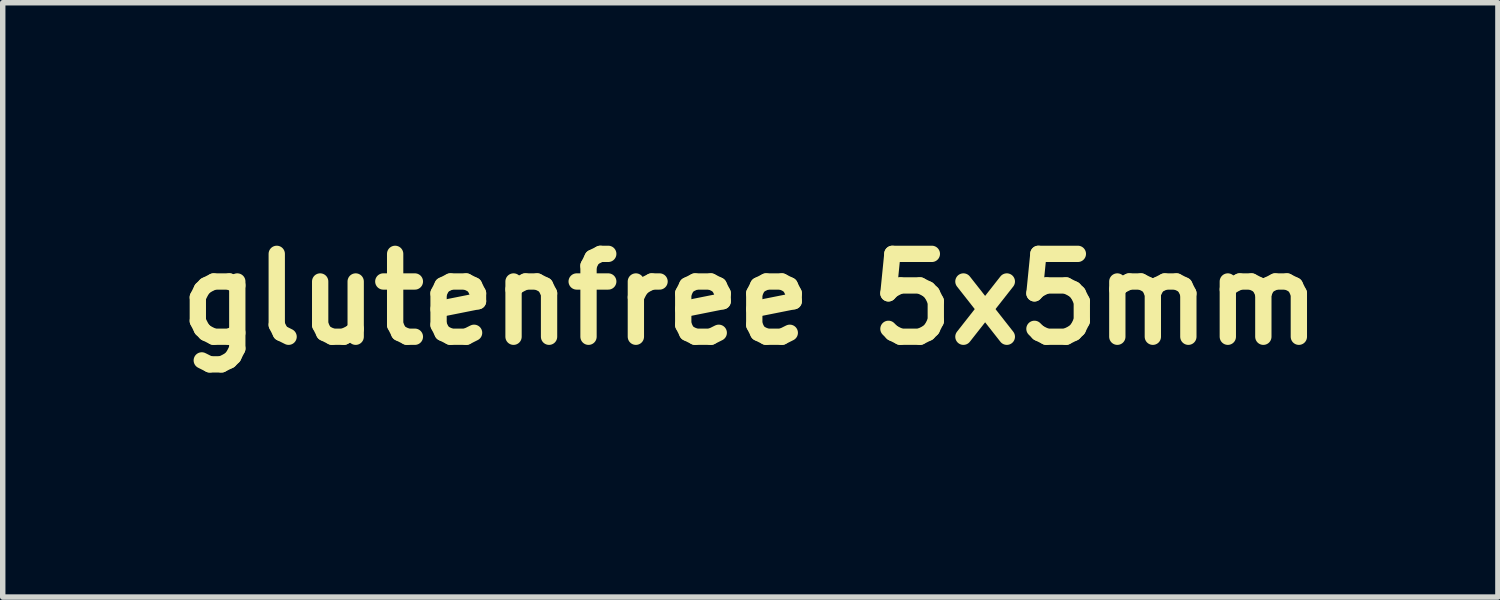
<source format=kicad_pcb>
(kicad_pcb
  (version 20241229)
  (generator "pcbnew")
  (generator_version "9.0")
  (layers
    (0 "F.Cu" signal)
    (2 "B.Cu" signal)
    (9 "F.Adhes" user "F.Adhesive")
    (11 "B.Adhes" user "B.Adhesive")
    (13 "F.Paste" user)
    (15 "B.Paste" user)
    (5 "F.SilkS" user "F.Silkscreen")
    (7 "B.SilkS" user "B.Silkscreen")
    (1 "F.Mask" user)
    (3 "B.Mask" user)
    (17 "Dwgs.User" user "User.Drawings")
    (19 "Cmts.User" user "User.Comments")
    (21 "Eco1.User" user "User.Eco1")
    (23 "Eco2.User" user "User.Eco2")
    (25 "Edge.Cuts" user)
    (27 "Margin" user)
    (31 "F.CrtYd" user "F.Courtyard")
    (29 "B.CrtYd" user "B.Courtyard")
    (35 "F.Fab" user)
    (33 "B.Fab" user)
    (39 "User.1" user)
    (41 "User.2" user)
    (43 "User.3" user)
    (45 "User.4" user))
  (footprint "glutenfree 5x5mm"
    (layer "F.Cu")
    (at 10.748 2.453)
    (property "Reference" "glutenfree 5x5mm" (at 0 0 0) (layer "F.SilkS") (effects (font (size 1.524 1.524) (thickness 0.3))))
    (attr through_hole)
    (fp_poly (pts (xy 1.442 -1.476) (xy 1.428 -1.39) (xy 1.402 -1.305) (xy 1.366 -1.225) (xy 1.32 -1.151) (xy 1.305 -1.132) (xy 1.247 -1.07) (xy 1.18 -1.015) (xy 1.106 -0.97) (xy 1.026 -0.935) (xy 0.944 -0.911) (xy 0.867 -0.9) (xy 0.814 -0.895) (xy 0.816 -0.934) (xy 0.829 -1.024) (xy 0.853 -1.109) (xy 0.888 -1.189) (xy 0.934 -1.264) (xy 0.99 -1.331) (xy 1.054 -1.39) (xy 1.126 -1.44) (xy 1.205 -1.479) (xy 1.238 -1.492) (xy 1.291 -1.507) (xy 1.344 -1.518) (xy 1.392 -1.524) (xy 1.407 -1.524) (xy 1.447 -1.524) (xy 1.442 -1.476)) (stroke (width 0.01) (type solid)) (fill yes) (layer "F.Mask"))
    (fp_poly (pts (xy -0.463 -0.107) (xy -0.438 -0.048) (xy -0.418 0.02) (xy -0.404 0.09) (xy -0.403 0.102) (xy -0.399 0.183) (xy -0.407 0.267) (xy -0.426 0.35) (xy -0.456 0.43) (xy -0.495 0.505) (xy -0.51 0.527) (xy -0.536 0.561) (xy -0.57 0.598) (xy -0.606 0.634) (xy -0.643 0.666) (xy -0.662 0.68) (xy -0.684 0.695) (xy -0.701 0.706) (xy -0.711 0.712) (xy -0.713 0.713) (xy -0.717 0.707) (xy -0.725 0.692) (xy -0.736 0.671) (xy -0.737 0.668) (xy -0.759 0.616) (xy -0.775 0.57) (xy -0.785 0.527) (xy -0.792 0.48) (xy -0.796 0.427) (xy -0.796 0.426) (xy -0.794 0.335) (xy -0.779 0.247) (xy -0.752 0.163) (xy -0.713 0.084) (xy -0.662 0.01) (xy -0.6 -0.058) (xy -0.572 -0.084) (xy -0.549 -0.102) (xy -0.526 -0.119) (xy -0.508 -0.131) (xy -0.507 -0.132) (xy -0.482 -0.146) (xy -0.463 -0.107)) (stroke (width 0.01) (type solid)) (fill yes) (layer "F.Mask"))
    (fp_poly (pts (xy 0.854 -0.531) (xy 0.905 -0.528) (xy 0.949 -0.521) (xy 0.973 -0.516) (xy 0.998 -0.508) (xy 1.027 -0.497) (xy 1.056 -0.486) (xy 1.084 -0.474) (xy 1.106 -0.463) (xy 1.122 -0.454) (xy 1.128 -0.449) (xy 1.128 -0.449) (xy 1.124 -0.442) (xy 1.114 -0.428) (xy 1.099 -0.407) (xy 1.083 -0.386) (xy 1.023 -0.317) (xy 0.955 -0.259) (xy 0.88 -0.211) (xy 0.797 -0.175) (xy 0.707 -0.15) (xy 0.704 -0.149) (xy 0.664 -0.143) (xy 0.616 -0.14) (xy 0.565 -0.14) (xy 0.515 -0.142) (xy 0.472 -0.147) (xy 0.462 -0.148) (xy 0.431 -0.156) (xy 0.397 -0.166) (xy 0.363 -0.177) (xy 0.331 -0.19) (xy 0.304 -0.202) (xy 0.283 -0.212) (xy 0.272 -0.221) (xy 0.27 -0.224) (xy 0.274 -0.232) (xy 0.284 -0.247) (xy 0.299 -0.268) (xy 0.31 -0.283) (xy 0.371 -0.353) (xy 0.439 -0.412) (xy 0.515 -0.46) (xy 0.598 -0.498) (xy 0.663 -0.519) (xy 0.701 -0.526) (xy 0.748 -0.53) (xy 0.801 -0.532) (xy 0.854 -0.531)) (stroke (width 0.01) (type solid)) (fill yes) (layer "F.Mask"))
    (fp_poly (pts (xy 1.289 -0.931) (xy 1.342 -0.923) (xy 1.365 -0.918) (xy 1.397 -0.908) (xy 1.43 -0.897) (xy 1.461 -0.884) (xy 1.488 -0.872) (xy 1.509 -0.86) (xy 1.522 -0.851) (xy 1.524 -0.847) (xy 1.52 -0.836) (xy 1.508 -0.818) (xy 1.491 -0.795) (xy 1.471 -0.769) (xy 1.448 -0.743) (xy 1.426 -0.719) (xy 1.406 -0.699) (xy 1.402 -0.696) (xy 1.332 -0.643) (xy 1.255 -0.6) (xy 1.172 -0.567) (xy 1.087 -0.546) (xy 1.076 -0.544) (xy 1.025 -0.538) (xy 0.98 -0.536) (xy 0.936 -0.538) (xy 0.886 -0.544) (xy 0.884 -0.545) (xy 0.851 -0.551) (xy 0.816 -0.56) (xy 0.78 -0.571) (xy 0.746 -0.583) (xy 0.716 -0.595) (xy 0.692 -0.607) (xy 0.677 -0.616) (xy 0.673 -0.623) (xy 0.677 -0.634) (xy 0.688 -0.653) (xy 0.705 -0.676) (xy 0.725 -0.702) (xy 0.746 -0.728) (xy 0.756 -0.738) (xy 0.813 -0.791) (xy 0.88 -0.838) (xy 0.954 -0.878) (xy 1.032 -0.909) (xy 1.062 -0.918) (xy 1.112 -0.927) (xy 1.169 -0.933) (xy 1.229 -0.934) (xy 1.289 -0.931)) (stroke (width 0.01) (type solid)) (fill yes) (layer "F.Mask"))
    (fp_poly (pts (xy 0.721 -1.337) (xy 0.724 -1.333) (xy 0.734 -1.315) (xy 0.746 -1.289) (xy 0.758 -1.256) (xy 0.771 -1.222) (xy 0.781 -1.19) (xy 0.783 -1.184) (xy 0.79 -1.147) (xy 0.794 -1.101) (xy 0.796 -1.05) (xy 0.795 -0.997) (xy 0.792 -0.946) (xy 0.787 -0.901) (xy 0.78 -0.868) (xy 0.749 -0.782) (xy 0.708 -0.703) (xy 0.656 -0.631) (xy 0.627 -0.598) (xy 0.607 -0.578) (xy 0.583 -0.557) (xy 0.558 -0.536) (xy 0.533 -0.516) (xy 0.511 -0.501) (xy 0.495 -0.491) (xy 0.488 -0.488) (xy 0.483 -0.494) (xy 0.474 -0.508) (xy 0.463 -0.529) (xy 0.462 -0.531) (xy 0.45 -0.559) (xy 0.437 -0.593) (xy 0.426 -0.626) (xy 0.424 -0.632) (xy 0.418 -0.655) (xy 0.413 -0.675) (xy 0.41 -0.696) (xy 0.408 -0.72) (xy 0.407 -0.75) (xy 0.407 -0.79) (xy 0.407 -0.798) (xy 0.407 -0.855) (xy 0.411 -0.901) (xy 0.417 -0.942) (xy 0.427 -0.981) (xy 0.441 -1.02) (xy 0.461 -1.065) (xy 0.461 -1.066) (xy 0.501 -1.138) (xy 0.551 -1.206) (xy 0.609 -1.266) (xy 0.671 -1.317) (xy 0.676 -1.32) (xy 0.696 -1.333) (xy 0.708 -1.34) (xy 0.716 -1.341) (xy 0.721 -1.337)) (stroke (width 0.01) (type solid)) (fill yes) (layer "F.Mask"))
    (fp_poly (pts (xy -0.88 0.263) (xy -0.87 0.279) (xy -0.859 0.302) (xy -0.847 0.33) (xy -0.835 0.36) (xy -0.825 0.39) (xy -0.818 0.413) (xy -0.804 0.49) (xy -0.8 0.571) (xy -0.806 0.653) (xy -0.822 0.734) (xy -0.847 0.81) (xy -0.881 0.88) (xy -0.881 0.88) (xy -0.893 0.901) (xy -0.899 0.916) (xy -0.9 0.923) (xy -0.895 0.92) (xy -0.883 0.907) (xy -0.883 0.906) (xy -0.862 0.882) (xy -0.834 0.853) (xy -0.802 0.823) (xy -0.77 0.796) (xy -0.742 0.774) (xy -0.74 0.772) (xy -0.662 0.728) (xy -0.58 0.695) (xy -0.495 0.674) (xy -0.407 0.665) (xy -0.319 0.668) (xy -0.232 0.683) (xy -0.147 0.711) (xy -0.121 0.722) (xy -0.099 0.733) (xy -0.082 0.742) (xy -0.073 0.748) (xy -0.073 0.749) (xy -0.077 0.759) (xy -0.088 0.776) (xy -0.104 0.798) (xy -0.123 0.823) (xy -0.144 0.847) (xy -0.163 0.87) (xy -0.171 0.878) (xy -0.235 0.933) (xy -0.307 0.98) (xy -0.384 1.018) (xy -0.459 1.043) (xy -0.528 1.056) (xy -0.603 1.061) (xy -0.679 1.058) (xy -0.753 1.047) (xy -0.82 1.029) (xy -0.829 1.026) (xy -0.874 1.009) (xy -1.144 1.28) (xy -1.194 1.329) (xy -1.24 1.375) (xy -1.283 1.418) (xy -1.322 1.456) (xy -1.355 1.489) (xy -1.382 1.516) (xy -1.402 1.535) (xy -1.415 1.547) (xy -1.419 1.55) (xy -1.424 1.546) (xy -1.437 1.534) (xy -1.456 1.516) (xy -1.474 1.498) (xy -1.526 1.445) (xy -1.514 1.431) (xy -1.506 1.423) (xy -1.491 1.407) (xy -1.468 1.384) (xy -1.439 1.355) (xy -1.405 1.321) (xy -1.368 1.284) (xy -1.328 1.244) (xy -1.324 1.24) (xy -1.277 1.193) (xy -1.24 1.155) (xy -1.21 1.125) (xy -1.187 1.101) (xy -1.171 1.082) (xy -1.16 1.069) (xy -1.153 1.059) (xy -1.15 1.052) (xy -1.15 1.047) (xy -1.154 1.034) (xy -1.16 1.013) (xy -1.168 0.986) (xy -1.17 0.978) (xy -1.19 0.892) (xy -1.197 0.805) (xy -1.192 0.718) (xy -1.175 0.634) (xy -1.147 0.553) (xy -1.108 0.476) (xy -1.058 0.404) (xy -0.998 0.34) (xy -0.934 0.287) (xy -0.913 0.273) (xy -0.896 0.262) (xy -0.887 0.257) (xy -0.886 0.257) (xy -0.88 0.263)) (stroke (width 0.01) (type solid)) (fill yes) (layer "F.Mask"))
    (fp_poly (pts (xy -0.76 -1.047) (xy -0.187 -0.474) (xy -0.141 -0.507) (xy -0.119 -0.523) (xy -0.101 -0.534) (xy -0.089 -0.54) (xy -0.087 -0.541) (xy -0.078 -0.535) (xy -0.068 -0.518) (xy -0.056 -0.493) (xy -0.043 -0.462) (xy -0.031 -0.427) (xy -0.02 -0.39) (xy -0.011 -0.353) (xy -0.007 -0.332) (xy -0.002 -0.308) (xy 0.003 -0.289) (xy 0.008 -0.28) (xy 0.008 -0.279) (xy 0.012 -0.281) (xy 0.011 -0.291) (xy 0.006 -0.321) (xy 0.003 -0.36) (xy 0.002 -0.402) (xy 0.003 -0.443) (xy 0.006 -0.469) (xy 0.024 -0.562) (xy 0.052 -0.646) (xy 0.091 -0.723) (xy 0.141 -0.794) (xy 0.186 -0.845) (xy 0.208 -0.865) (xy 0.233 -0.887) (xy 0.259 -0.907) (xy 0.282 -0.924) (xy 0.302 -0.937) (xy 0.315 -0.943) (xy 0.317 -0.943) (xy 0.322 -0.938) (xy 0.33 -0.922) (xy 0.341 -0.899) (xy 0.352 -0.872) (xy 0.364 -0.844) (xy 0.373 -0.816) (xy 0.375 -0.81) (xy 0.394 -0.726) (xy 0.401 -0.64) (xy 0.396 -0.554) (xy 0.379 -0.469) (xy 0.351 -0.388) (xy 0.312 -0.31) (xy 0.262 -0.239) (xy 0.204 -0.176) (xy 0.157 -0.131) (xy 0.19 -0.097) (xy 0.239 -0.111) (xy 0.326 -0.13) (xy 0.412 -0.136) (xy 0.499 -0.13) (xy 0.57 -0.116) (xy 0.602 -0.106) (xy 0.636 -0.095) (xy 0.667 -0.083) (xy 0.694 -0.071) (xy 0.713 -0.061) (xy 0.722 -0.054) (xy 0.721 -0.044) (xy 0.712 -0.027) (xy 0.698 -0.005) (xy 0.679 0.021) (xy 0.657 0.047) (xy 0.634 0.072) (xy 0.631 0.075) (xy 0.611 0.094) (xy 0.585 0.116) (xy 0.558 0.138) (xy 0.531 0.159) (xy 0.507 0.175) (xy 0.49 0.185) (xy 0.486 0.187) (xy 0.49 0.192) (xy 0.502 0.206) (xy 0.523 0.227) (xy 0.551 0.257) (xy 0.586 0.294) (xy 0.628 0.337) (xy 0.676 0.386) (xy 0.73 0.44) (xy 0.788 0.499) (xy 0.851 0.563) (xy 0.918 0.63) (xy 0.988 0.7) (xy 1.056 0.768) (xy 1.633 1.346) (xy 1.484 1.494) (xy 1.448 1.53) (xy 1.415 1.564) (xy 1.386 1.592) (xy 1.362 1.616) (xy 1.344 1.632) (xy 1.335 1.641) (xy 1.333 1.643) (xy 1.328 1.638) (xy 1.314 1.625) (xy 1.292 1.603) (xy 1.262 1.574) (xy 1.226 1.538) (xy 1.183 1.495) (xy 1.134 1.447) (xy 1.08 1.393) (xy 1.021 1.334) (xy 0.958 1.271) (xy 0.891 1.204) (xy 0.821 1.134) (xy 0.765 1.079) (xy 0.694 1.007) (xy 0.624 0.938) (xy 0.558 0.872) (xy 0.496 0.81) (xy 0.438 0.752) (xy 0.384 0.699) (xy 0.337 0.652) (xy 0.295 0.611) (xy 0.26 0.576) (xy 0.232 0.548) (xy 0.211 0.529) (xy 0.199 0.517) (xy 0.196 0.515) (xy 0.188 0.518) (xy 0.174 0.528) (xy 0.156 0.54) (xy 0.088 0.584) (xy 0.013 0.619) (xy -0.067 0.645) (xy -0.106 0.653) (xy -0.139 0.657) (xy -0.179 0.66) (xy -0.223 0.66) (xy -0.267 0.659) (xy -0.306 0.657) (xy -0.33 0.653) (xy -0.359 0.646) (xy -0.392 0.637) (xy -0.426 0.626) (xy -0.458 0.613) (xy -0.487 0.601) (xy -0.51 0.59) (xy -0.524 0.581) (xy -0.528 0.575) (xy -0.524 0.566) (xy -0.513 0.548) (xy -0.497 0.526) (xy -0.479 0.502) (xy -0.459 0.478) (xy -0.445 0.463) (xy -0.391 0.412) (xy -0.328 0.366) (xy -0.26 0.327) (xy -0.189 0.297) (xy -0.119 0.278) (xy -0.095 0.274) (xy -0.075 0.27) (xy -0.061 0.267) (xy -0.057 0.266) (xy -0.059 0.26) (xy -0.069 0.247) (xy -0.084 0.23) (xy -0.096 0.217) (xy -0.141 0.172) (xy -0.191 0.22) (xy -0.217 0.244) (xy -0.244 0.266) (xy -0.269 0.286) (xy -0.291 0.3) (xy -0.306 0.309) (xy -0.311 0.31) (xy -0.318 0.304) (xy -0.327 0.288) (xy -0.339 0.265) (xy -0.351 0.237) (xy -0.363 0.206) (xy -0.373 0.175) (xy -0.374 0.173) (xy -0.381 0.147) (xy -0.386 0.121) (xy -0.39 0.093) (xy -0.392 0.059) (xy -0.394 0.016) (xy -0.397 -0.082) (xy -1.633 -1.319) (xy -1.333 -1.62) (xy -0.76 -1.047)) (stroke (width 0.01) (type solid)) (fill yes) (layer "F.Mask"))
    (fp_poly (pts (xy 0.115 -2.446) (xy 0.292 -2.431) (xy 0.468 -2.404) (xy 0.602 -2.374) (xy 0.773 -2.325) (xy 0.939 -2.263) (xy 1.1 -2.19) (xy 1.255 -2.105) (xy 1.403 -2.01) (xy 1.544 -1.904) (xy 1.677 -1.788) (xy 1.803 -1.663) (xy 1.919 -1.529) (xy 2.026 -1.386) (xy 2.093 -1.283) (xy 2.182 -1.129) (xy 2.258 -0.97) (xy 2.323 -0.805) (xy 2.375 -0.635) (xy 2.416 -0.459) (xy 2.445 -0.28) (xy 2.45 -0.232) (xy 2.454 -0.174) (xy 2.457 -0.108) (xy 2.458 -0.038) (xy 2.458 0.035) (xy 2.457 0.107) (xy 2.455 0.175) (xy 2.452 0.237) (xy 2.448 0.289) (xy 2.445 0.307) (xy 2.415 0.49) (xy 2.373 0.668) (xy 2.32 0.839) (xy 2.254 1.005) (xy 2.177 1.164) (xy 2.089 1.318) (xy 1.988 1.465) (xy 1.876 1.606) (xy 1.753 1.74) (xy 1.711 1.781) (xy 1.577 1.903) (xy 1.436 2.013) (xy 1.288 2.112) (xy 1.134 2.199) (xy 0.974 2.275) (xy 0.808 2.339) (xy 0.638 2.391) (xy 0.463 2.431) (xy 0.284 2.459) (xy 0.233 2.464) (xy 0.179 2.468) (xy 0.115 2.471) (xy 0.045 2.473) (xy -0.027 2.473) (xy -0.098 2.472) (xy -0.164 2.469) (xy -0.222 2.466) (xy -0.241 2.464) (xy -0.419 2.44) (xy -0.593 2.403) (xy -0.764 2.354) (xy -0.93 2.293) (xy -1.09 2.221) (xy -1.245 2.137) (xy -1.394 2.042) (xy -1.535 1.937) (xy -1.67 1.821) (xy -1.797 1.695) (xy -1.915 1.56) (xy -1.996 1.454) (xy -2.095 1.307) (xy -2.182 1.155) (xy -2.258 0.996) (xy -2.322 0.833) (xy -2.374 0.667) (xy -2.414 0.496) (xy -2.442 0.324) (xy -2.458 0.149) (xy -2.461 -0.027) (xy -2.46 -0.055) (xy -2.269 -0.055) (xy -2.268 0.114) (xy -2.254 0.283) (xy -2.228 0.45) (xy -2.189 0.616) (xy -2.138 0.778) (xy -2.088 0.907) (xy -2.03 1.032) (xy -1.965 1.152) (xy -1.891 1.27) (xy -1.806 1.389) (xy -1.784 1.418) (xy -1.754 1.456) (xy -1.715 1.499) (xy -1.671 1.547) (xy -1.623 1.596) (xy -1.573 1.646) (xy -1.523 1.694) (xy -1.476 1.737) (xy -1.434 1.774) (xy -1.405 1.797) (xy -1.261 1.901) (xy -1.112 1.993) (xy -0.959 2.072) (xy -0.801 2.138) (xy -0.639 2.193) (xy -0.471 2.235) (xy -0.299 2.265) (xy -0.199 2.276) (xy -0.165 2.278) (xy -0.121 2.28) (xy -0.069 2.28) (xy -0.011 2.28) (xy 0.049 2.279) (xy 0.108 2.278) (xy 0.165 2.275) (xy 0.216 2.273) (xy 0.259 2.27) (xy 0.287 2.267) (xy 0.459 2.237) (xy 0.625 2.197) (xy 0.784 2.145) (xy 0.938 2.082) (xy 1.087 2.007) (xy 1.233 1.919) (xy 1.376 1.819) (xy 1.405 1.797) (xy 1.442 1.767) (xy 1.486 1.728) (xy 1.533 1.684) (xy 1.583 1.636) (xy 1.633 1.586) (xy 1.68 1.537) (xy 1.724 1.49) (xy 1.761 1.447) (xy 1.784 1.418) (xy 1.888 1.274) (xy 1.98 1.125) (xy 2.059 0.971) (xy 2.125 0.814) (xy 2.179 0.653) (xy 2.221 0.488) (xy 2.25 0.319) (xy 2.266 0.147) (xy 2.269 0.013) (xy 2.263 -0.161) (xy 2.244 -0.333) (xy 2.212 -0.501) (xy 2.167 -0.666) (xy 2.111 -0.826) (xy 2.041 -0.982) (xy 1.96 -1.134) (xy 1.894 -1.239) (xy 1.845 -1.31) (xy 1.796 -1.376) (xy 1.744 -1.44) (xy 1.687 -1.504) (xy 1.622 -1.571) (xy 1.603 -1.59) (xy 1.479 -1.707) (xy 1.352 -1.811) (xy 1.22 -1.903) (xy 1.082 -1.985) (xy 0.938 -2.056) (xy 0.786 -2.118) (xy 0.739 -2.134) (xy 0.605 -2.176) (xy 0.476 -2.208) (xy 0.345 -2.231) (xy 0.211 -2.247) (xy 0.069 -2.254) (xy 0.063 -2.254) (xy -0.11 -2.253) (xy -0.278 -2.24) (xy -0.442 -2.214) (xy -0.603 -2.177) (xy -0.761 -2.126) (xy -0.919 -2.063) (xy -0.977 -2.037) (xy -1.112 -1.968) (xy -1.24 -1.89) (xy -1.363 -1.802) (xy -1.483 -1.704) (xy -1.6 -1.593) (xy -1.603 -1.59) (xy -1.715 -1.472) (xy -1.814 -1.352) (xy -1.903 -1.228) (xy -1.981 -1.098) (xy -2.052 -0.962) (xy -2.088 -0.88) (xy -2.149 -0.721) (xy -2.198 -0.558) (xy -2.234 -0.392) (xy -2.258 -0.224) (xy -2.269 -0.055) (xy -2.46 -0.055) (xy -2.452 -0.203) (xy -2.431 -0.379) (xy -2.396 -0.553) (xy -2.387 -0.589) (xy -2.338 -0.759) (xy -2.276 -0.925) (xy -2.203 -1.086) (xy -2.119 -1.24) (xy -2.024 -1.388) (xy -1.919 -1.528) (xy -1.804 -1.661) (xy -1.68 -1.785) (xy -1.547 -1.901) (xy -1.406 -2.007) (xy -1.256 -2.104) (xy -1.099 -2.19) (xy -1.085 -2.197) (xy -0.923 -2.269) (xy -0.757 -2.33) (xy -0.587 -2.378) (xy -0.414 -2.414) (xy -0.239 -2.437) (xy -0.062 -2.448) (xy 0.115 -2.446)) (stroke (width 0.01) (type solid)) (fill yes) (layer "F.Mask")))
  (gr_rect
    (start -3 -3)
    (end 24.496 7.93)
    (stroke (width 0.1) (type default))
    (fill no)
    (layer "Edge.Cuts")))
</source>
